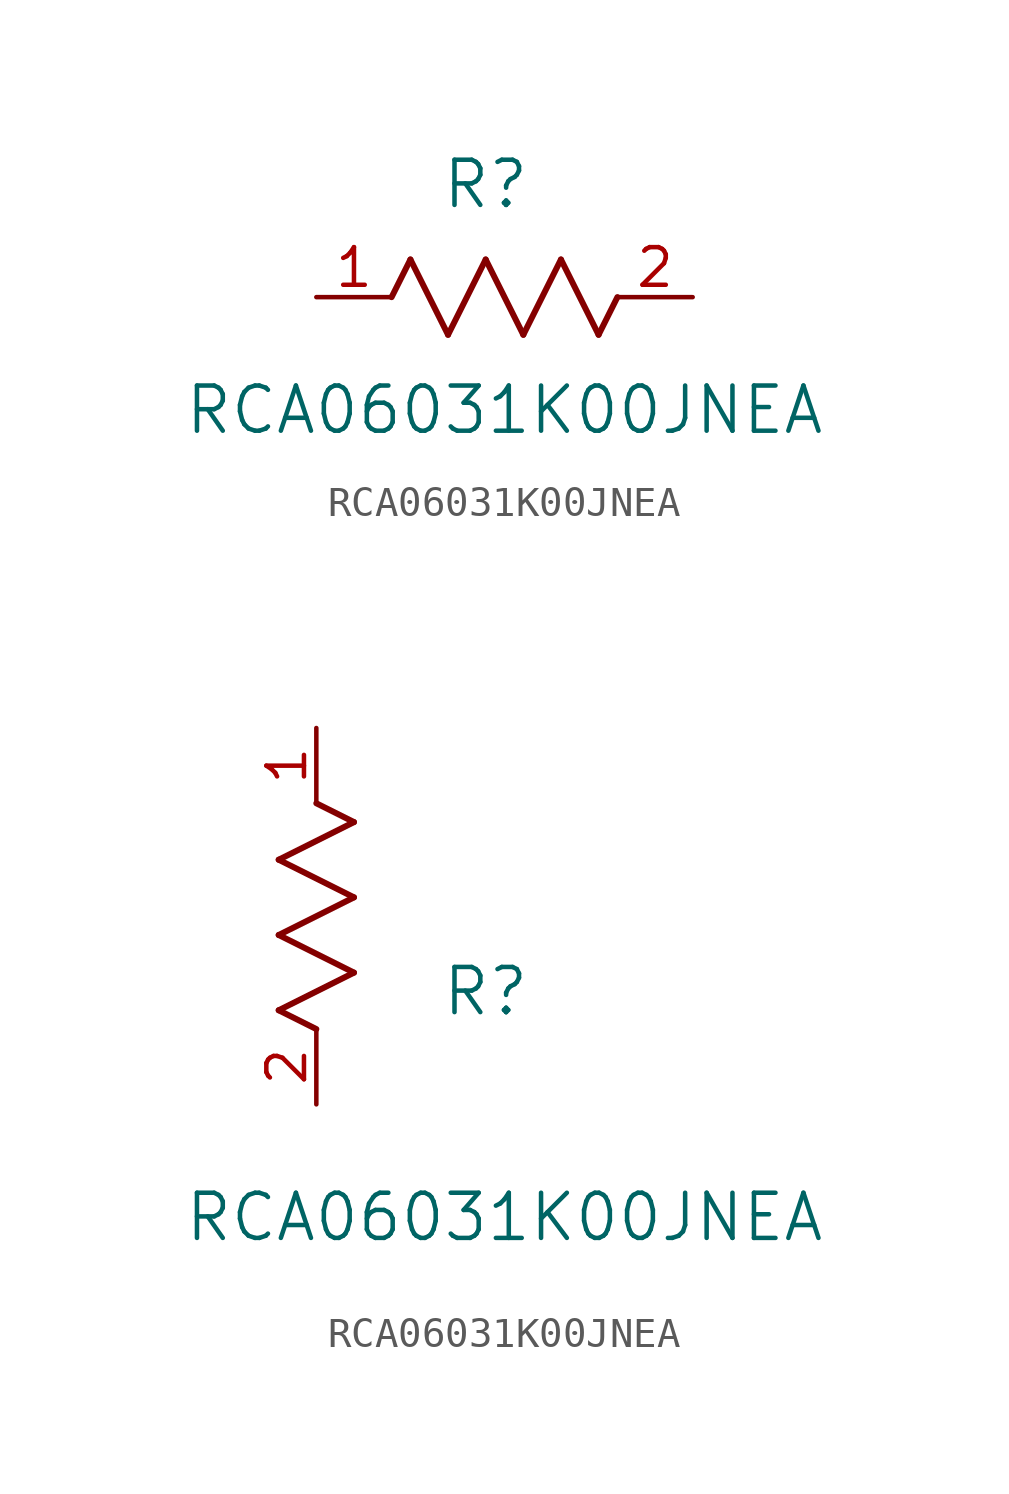
<source format=kicad_sym>
(kicad_symbol_lib
  (version 20211014)
  (generator kicad_symbol_editor)
  (symbol "RCA06031K00JNEA"
    (pin_names
      (offset 0.254))
    (property "Reference" "R"
      (at 5.715 3.81 0)
      (effects (font (size 1.524 1.524))))
    (property "Value" "RCA06031K00JNEA"
      (at 6.35 -3.81 0)
      (effects (font (size 1.524 1.524))))
    (symbol "RCA06031K00JNEA_1_1"
      (polyline (pts (xy 3.175 1.27) (xy 4.445 -1.27)) (stroke (width 0.203) (type default) (color 0 0 0 0)) (fill (type none)))
      (polyline (pts (xy 4.445 -1.27) (xy 5.715 1.27)) (stroke (width 0.203) (type default) (color 0 0 0 0)) (fill (type none)))
      (polyline (pts (xy 5.715 1.27) (xy 6.985 -1.27)) (stroke (width 0.203) (type default) (color 0 0 0 0)) (fill (type none)))
      (polyline (pts (xy 6.985 -1.27) (xy 8.255 1.27)) (stroke (width 0.203) (type default) (color 0 0 0 0)) (fill (type none)))
      (polyline (pts (xy 8.255 1.27) (xy 9.525 -1.27)) (stroke (width 0.203) (type default) (color 0 0 0 0)) (fill (type none)))
      (polyline (pts (xy 2.54 0) (xy 3.175 1.27)) (stroke (width 0.203) (type default) (color 0 0 0 0)) (fill (type none)))
      (polyline (pts (xy 9.525 -1.27) (xy 10.16 0)) (stroke (width 0.203) (type default) (color 0 0 0 0)) (fill (type none)))
      (pin unspecified line (at 0 0 0) (length 2.54) (name "" (effects (font (size 1.27 1.27)))) (number "1" (effects (font (size 1.27 1.27)))))
      (pin unspecified line (at 12.7 0 180) (length 2.54) (name "" (effects (font (size 1.27 1.27)))) (number "2" (effects (font (size 1.27 1.27))))))
    (symbol "RCA06031K00JNEA_1_2"
      (polyline (pts (xy 0 2.54) (xy -1.27 3.175)) (stroke (width 0.203) (type default) (color 0 0 0 0)) (fill (type none)))
      (polyline (pts (xy -1.27 3.175) (xy 1.27 4.445)) (stroke (width 0.203) (type default) (color 0 0 0 0)) (fill (type none)))
      (polyline (pts (xy 1.27 4.445) (xy -1.27 5.715)) (stroke (width 0.203) (type default) (color 0 0 0 0)) (fill (type none)))
      (polyline (pts (xy -1.27 5.715) (xy 1.27 6.985)) (stroke (width 0.203) (type default) (color 0 0 0 0)) (fill (type none)))
      (polyline (pts (xy -1.27 8.255) (xy 1.27 9.525)) (stroke (width 0.203) (type default) (color 0 0 0 0)) (fill (type none)))
      (polyline (pts (xy 1.27 9.525) (xy 0 10.16)) (stroke (width 0.203) (type default) (color 0 0 0 0)) (fill (type none)))
      (polyline (pts (xy 1.27 6.985) (xy -1.27 8.255)) (stroke (width 0.203) (type default) (color 0 0 0 0)) (fill (type none)))
      (pin unspecified line (at 0 12.7 270) (length 2.54) (name "" (effects (font (size 1.27 1.27)))) (number "1" (effects (font (size 1.27 1.27)))))
      (pin unspecified line (at 0 0 90) (length 2.54) (name "" (effects (font (size 1.27 1.27)))) (number "2" (effects (font (size 1.27 1.27))))))))
</source>
